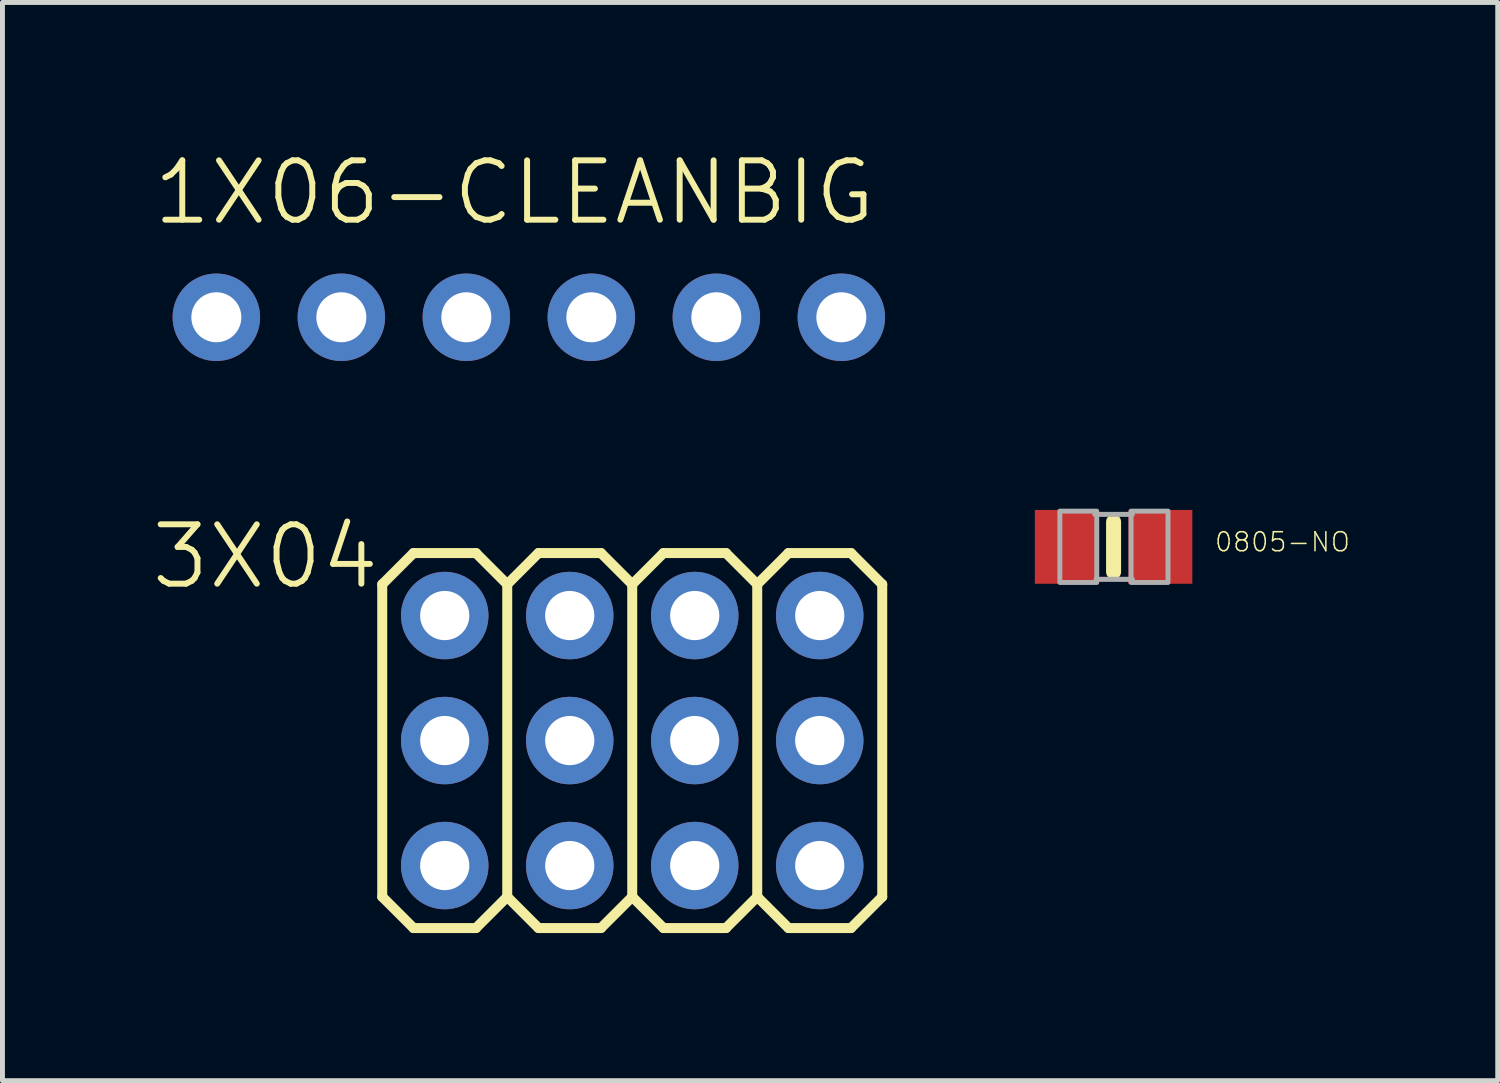
<source format=kicad_pcb>
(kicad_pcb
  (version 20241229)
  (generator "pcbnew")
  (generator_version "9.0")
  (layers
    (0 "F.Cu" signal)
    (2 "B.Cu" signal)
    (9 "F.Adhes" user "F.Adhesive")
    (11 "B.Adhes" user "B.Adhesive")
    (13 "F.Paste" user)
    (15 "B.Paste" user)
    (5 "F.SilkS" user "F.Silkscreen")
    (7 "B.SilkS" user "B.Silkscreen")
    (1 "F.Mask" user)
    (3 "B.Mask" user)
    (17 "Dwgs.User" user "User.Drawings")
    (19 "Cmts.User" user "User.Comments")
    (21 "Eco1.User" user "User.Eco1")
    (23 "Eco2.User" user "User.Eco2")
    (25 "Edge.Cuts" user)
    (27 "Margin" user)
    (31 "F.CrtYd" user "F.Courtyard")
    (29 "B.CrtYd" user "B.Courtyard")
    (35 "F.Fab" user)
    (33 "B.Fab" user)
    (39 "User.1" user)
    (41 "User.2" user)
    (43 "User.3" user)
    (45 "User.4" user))
  (footprint "1X06-CLEANBIG"
    (layer "F.Cu")
    (at 7.696 3.397)
    (property "Reference" "1X06-CLEANBIG" (at -7.696 -1.829 0) (layer "F.SilkS") (effects (font (size 1.206 1.206) (thickness 0.121)) (justify left bottom)))
    (attr through_hole)
    (fp_poly (pts (xy -6.604 0.254) (xy -6.096 0.254) (xy -6.096 -0.254) (xy -6.604 -0.254)) (stroke (width 0.1) (type solid)) (fill no) (layer "F.Fab"))
    (fp_poly (pts (xy -4.064 0.254) (xy -3.556 0.254) (xy -3.556 -0.254) (xy -4.064 -0.254)) (stroke (width 0.1) (type solid)) (fill no) (layer "F.Fab"))
    (fp_poly (pts (xy -1.524 0.254) (xy -1.016 0.254) (xy -1.016 -0.254) (xy -1.524 -0.254)) (stroke (width 0.1) (type solid)) (fill no) (layer "F.Fab"))
    (fp_poly (pts (xy 1.016 0.254) (xy 1.524 0.254) (xy 1.524 -0.254) (xy 1.016 -0.254)) (stroke (width 0.1) (type solid)) (fill no) (layer "F.Fab"))
    (fp_poly (pts (xy 3.556 0.254) (xy 4.064 0.254) (xy 4.064 -0.254) (xy 3.556 -0.254)) (stroke (width 0.1) (type solid)) (fill no) (layer "F.Fab"))
    (fp_poly (pts (xy 6.096 0.254) (xy 6.604 0.254) (xy 6.604 -0.254) (xy 6.096 -0.254)) (stroke (width 0.1) (type solid)) (fill no) (layer "F.Fab"))
    (pad "1" thru_hole circle (at -6.35 0 90) (size 1.778 1.778) (drill 1.016) (layers "*.Cu" "*.Mask"))
    (pad "2" thru_hole circle (at -3.81 0 90) (size 1.778 1.778) (drill 1.016) (layers "*.Cu" "*.Mask"))
    (pad "3" thru_hole circle (at -1.27 0 90) (size 1.778 1.778) (drill 1.016) (layers "*.Cu" "*.Mask"))
    (pad "4" thru_hole circle (at 1.27 0 90) (size 1.778 1.778) (drill 1.016) (layers "*.Cu" "*.Mask"))
    (pad "5" thru_hole circle (at 3.81 0 90) (size 1.778 1.778) (drill 1.016) (layers "*.Cu" "*.Mask"))
    (pad "6" thru_hole circle (at 6.35 0 90) (size 1.778 1.778) (drill 1.016) (layers "*.Cu" "*.Mask")))
  (footprint "3X04"
    (layer "F.Cu")
    (at 9.797 11.998)
    (property "Reference" "3X04" (at -5.08 -4.445 180) (layer "F.SilkS") (effects (font (size 1.206 1.206) (thickness 0.121)) (justify right top)))
    (attr through_hole)
    (fp_line (start -5.08 -3.175) (end -4.445 -3.81) (stroke (width 0.203) (type solid)) (layer "F.SilkS"))
    (fp_line (start -5.08 3.175) (end -5.08 -3.175) (stroke (width 0.203) (type solid)) (layer "F.SilkS"))
    (fp_line (start -5.08 3.175) (end -4.445 3.81) (stroke (width 0.203) (type solid)) (layer "F.SilkS"))
    (fp_line (start -4.445 -3.81) (end -3.175 -3.81) (stroke (width 0.203) (type solid)) (layer "F.SilkS"))
    (fp_line (start -4.445 3.81) (end -3.175 3.81) (stroke (width 0.203) (type solid)) (layer "F.SilkS"))
    (fp_line (start -3.175 -3.81) (end -2.54 -3.175) (stroke (width 0.203) (type solid)) (layer "F.SilkS"))
    (fp_line (start -3.175 3.81) (end -2.54 3.175) (stroke (width 0.203) (type solid)) (layer "F.SilkS"))
    (fp_line (start -2.54 -3.175) (end -2.54 3.175) (stroke (width 0.203) (type solid)) (layer "F.SilkS"))
    (fp_line (start -2.54 -3.175) (end -1.905 -3.81) (stroke (width 0.203) (type solid)) (layer "F.SilkS"))
    (fp_line (start -2.54 3.175) (end -1.905 3.81) (stroke (width 0.203) (type solid)) (layer "F.SilkS"))
    (fp_line (start -1.905 -3.81) (end -0.635 -3.81) (stroke (width 0.203) (type solid)) (layer "F.SilkS"))
    (fp_line (start -1.905 3.81) (end -0.635 3.81) (stroke (width 0.203) (type solid)) (layer "F.SilkS"))
    (fp_line (start -0.635 -3.81) (end 0 -3.175) (stroke (width 0.203) (type solid)) (layer "F.SilkS"))
    (fp_line (start -0.635 3.81) (end 0 3.175) (stroke (width 0.203) (type solid)) (layer "F.SilkS"))
    (fp_line (start 0 -3.175) (end 0 3.175) (stroke (width 0.203) (type solid)) (layer "F.SilkS"))
    (fp_line (start 0 -3.175) (end 0.635 -3.81) (stroke (width 0.203) (type solid)) (layer "F.SilkS"))
    (fp_line (start 0 3.175) (end 0.635 3.81) (stroke (width 0.203) (type solid)) (layer "F.SilkS"))
    (fp_line (start 0.635 -3.81) (end 1.905 -3.81) (stroke (width 0.203) (type solid)) (layer "F.SilkS"))
    (fp_line (start 0.635 3.81) (end 1.905 3.81) (stroke (width 0.203) (type solid)) (layer "F.SilkS"))
    (fp_line (start 1.905 -3.81) (end 2.54 -3.175) (stroke (width 0.203) (type solid)) (layer "F.SilkS"))
    (fp_line (start 1.905 3.81) (end 2.54 3.175) (stroke (width 0.203) (type solid)) (layer "F.SilkS"))
    (fp_line (start 2.54 -3.175) (end 2.54 3.175) (stroke (width 0.203) (type solid)) (layer "F.SilkS"))
    (fp_line (start 2.54 -3.175) (end 3.175 -3.81) (stroke (width 0.203) (type solid)) (layer "F.SilkS"))
    (fp_line (start 2.54 3.175) (end 3.175 3.81) (stroke (width 0.203) (type solid)) (layer "F.SilkS"))
    (fp_line (start 3.175 -3.81) (end 4.445 -3.81) (stroke (width 0.203) (type solid)) (layer "F.SilkS"))
    (fp_line (start 3.175 3.81) (end 4.445 3.81) (stroke (width 0.203) (type solid)) (layer "F.SilkS"))
    (fp_line (start 4.445 -3.81) (end 5.08 -3.175) (stroke (width 0.203) (type solid)) (layer "F.SilkS"))
    (fp_line (start 4.445 3.81) (end 5.08 3.175) (stroke (width 0.203) (type solid)) (layer "F.SilkS"))
    (fp_line (start 5.08 -3.175) (end 5.08 3.175) (stroke (width 0.203) (type solid)) (layer "F.SilkS"))
    (fp_poly (pts (xy -4.064 -2.286) (xy -3.556 -2.286) (xy -3.556 -2.794) (xy -4.064 -2.794)) (stroke (width 0.1) (type solid)) (fill no) (layer "F.Fab"))
    (fp_poly (pts (xy -4.064 0.254) (xy -3.556 0.254) (xy -3.556 -0.254) (xy -4.064 -0.254)) (stroke (width 0.1) (type solid)) (fill no) (layer "F.Fab"))
    (fp_poly (pts (xy -4.064 2.794) (xy -3.556 2.794) (xy -3.556 2.286) (xy -4.064 2.286)) (stroke (width 0.1) (type solid)) (fill no) (layer "F.Fab"))
    (fp_poly (pts (xy -1.524 -2.286) (xy -1.016 -2.286) (xy -1.016 -2.794) (xy -1.524 -2.794)) (stroke (width 0.1) (type solid)) (fill no) (layer "F.Fab"))
    (fp_poly (pts (xy -1.524 0.254) (xy -1.016 0.254) (xy -1.016 -0.254) (xy -1.524 -0.254)) (stroke (width 0.1) (type solid)) (fill no) (layer "F.Fab"))
    (fp_poly (pts (xy -1.524 2.794) (xy -1.016 2.794) (xy -1.016 2.286) (xy -1.524 2.286)) (stroke (width 0.1) (type solid)) (fill no) (layer "F.Fab"))
    (fp_poly (pts (xy 1.016 -2.286) (xy 1.524 -2.286) (xy 1.524 -2.794) (xy 1.016 -2.794)) (stroke (width 0.1) (type solid)) (fill no) (layer "F.Fab"))
    (fp_poly (pts (xy 1.016 0.254) (xy 1.524 0.254) (xy 1.524 -0.254) (xy 1.016 -0.254)) (stroke (width 0.1) (type solid)) (fill no) (layer "F.Fab"))
    (fp_poly (pts (xy 1.016 2.794) (xy 1.524 2.794) (xy 1.524 2.286) (xy 1.016 2.286)) (stroke (width 0.1) (type solid)) (fill no) (layer "F.Fab"))
    (fp_poly (pts (xy 3.556 -2.286) (xy 4.064 -2.286) (xy 4.064 -2.794) (xy 3.556 -2.794)) (stroke (width 0.1) (type solid)) (fill no) (layer "F.Fab"))
    (fp_poly (pts (xy 3.556 0.254) (xy 4.064 0.254) (xy 4.064 -0.254) (xy 3.556 -0.254)) (stroke (width 0.1) (type solid)) (fill no) (layer "F.Fab"))
    (fp_poly (pts (xy 3.556 2.794) (xy 4.064 2.794) (xy 4.064 2.286) (xy 3.556 2.286)) (stroke (width 0.1) (type solid)) (fill no) (layer "F.Fab"))
    (pad "1" thru_hole circle (at -3.81 2.54) (size 1.778 1.778) (drill 1) (layers "*.Cu" "*.Mask"))
    (pad "2" thru_hole circle (at -3.81 0) (size 1.778 1.778) (drill 1) (layers "*.Cu" "*.Mask"))
    (pad "3" thru_hole circle (at -3.81 -2.54) (size 1.778 1.778) (drill 1) (layers "*.Cu" "*.Mask"))
    (pad "4" thru_hole circle (at -1.27 2.54) (size 1.778 1.778) (drill 1) (layers "*.Cu" "*.Mask"))
    (pad "5" thru_hole circle (at -1.27 0) (size 1.778 1.778) (drill 1) (layers "*.Cu" "*.Mask"))
    (pad "6" thru_hole circle (at -1.27 -2.54) (size 1.778 1.778) (drill 1) (layers "*.Cu" "*.Mask"))
    (pad "7" thru_hole circle (at 1.27 2.54) (size 1.778 1.778) (drill 1) (layers "*.Cu" "*.Mask"))
    (pad "8" thru_hole circle (at 1.27 0) (size 1.778 1.778) (drill 1) (layers "*.Cu" "*.Mask"))
    (pad "9" thru_hole circle (at 1.27 -2.54) (size 1.778 1.778) (drill 1) (layers "*.Cu" "*.Mask"))
    (pad "10" thru_hole circle (at 3.81 2.54) (size 1.778 1.778) (drill 1) (layers "*.Cu" "*.Mask"))
    (pad "11" thru_hole circle (at 3.81 0) (size 1.778 1.778) (drill 1) (layers "*.Cu" "*.Mask"))
    (pad "12" thru_hole circle (at 3.81 -2.54) (size 1.778 1.778) (drill 1) (layers "*.Cu" "*.Mask")))
  (footprint "0805-NO"
    (layer "F.Cu")
    (at 19.578 8.062)
    (property "Reference" "0805-NO" (at 2.032 0.127 0) (layer "F.SilkS") (effects (font (size 0.386 0.386) (thickness 0.031)) (justify left bottom)))
    (attr through_hole)
    (fp_line (start 0 -0.508) (end 0 0.508) (stroke (width 0.305) (type solid)) (layer "F.SilkS"))
    (fp_line (start -0.381 -0.66) (end 0.381 -0.66) (stroke (width 0.102) (type solid)) (layer "F.Fab"))
    (fp_line (start -0.356 0.66) (end 0.381 0.66) (stroke (width 0.102) (type solid)) (layer "F.Fab"))
    (fp_poly (pts (xy -1.092 0.724) (xy -0.342 0.724) (xy -0.342 -0.726) (xy -1.092 -0.726)) (stroke (width 0.1) (type solid)) (fill no) (layer "F.Fab"))
    (fp_poly (pts (xy 0.356 0.724) (xy 1.106 0.724) (xy 1.106 -0.726) (xy 0.356 -0.726)) (stroke (width 0.1) (type solid)) (fill no) (layer "F.Fab"))
    (pad "1" smd rect (at -0.95 0) (size 1.3 1.5) (layers "F.Cu" "F.Mask" "F.Paste"))
    (pad "2" smd rect (at 0.95 0) (size 1.3 1.5) (layers "F.Cu" "F.Mask" "F.Paste")))
  (gr_rect
    (start -3 -3)
    (end 27.384 18.909)
    (stroke (width 0.1) (type default))
    (fill no)
    (layer "Edge.Cuts")))
</source>
